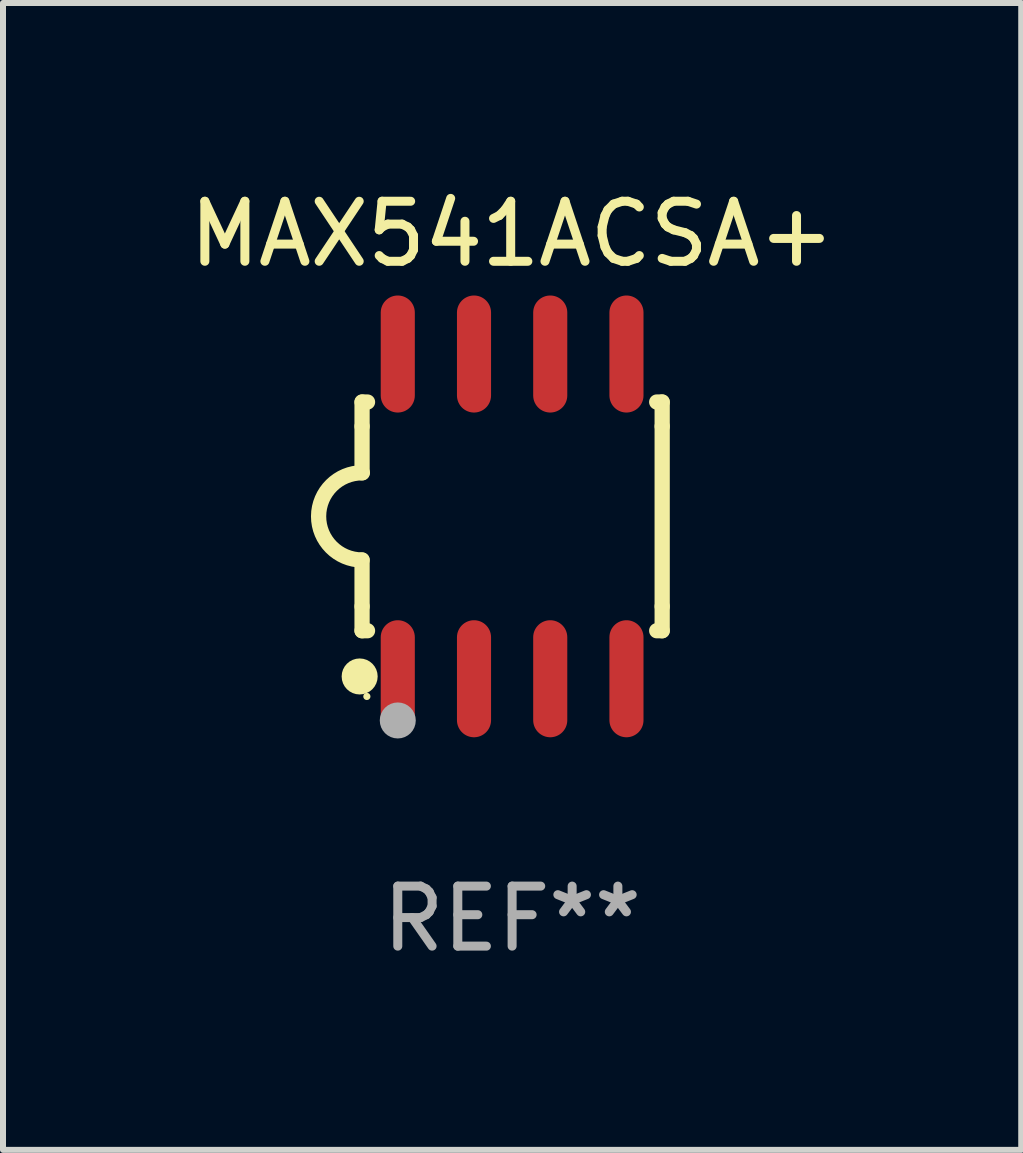
<source format=kicad_pcb>
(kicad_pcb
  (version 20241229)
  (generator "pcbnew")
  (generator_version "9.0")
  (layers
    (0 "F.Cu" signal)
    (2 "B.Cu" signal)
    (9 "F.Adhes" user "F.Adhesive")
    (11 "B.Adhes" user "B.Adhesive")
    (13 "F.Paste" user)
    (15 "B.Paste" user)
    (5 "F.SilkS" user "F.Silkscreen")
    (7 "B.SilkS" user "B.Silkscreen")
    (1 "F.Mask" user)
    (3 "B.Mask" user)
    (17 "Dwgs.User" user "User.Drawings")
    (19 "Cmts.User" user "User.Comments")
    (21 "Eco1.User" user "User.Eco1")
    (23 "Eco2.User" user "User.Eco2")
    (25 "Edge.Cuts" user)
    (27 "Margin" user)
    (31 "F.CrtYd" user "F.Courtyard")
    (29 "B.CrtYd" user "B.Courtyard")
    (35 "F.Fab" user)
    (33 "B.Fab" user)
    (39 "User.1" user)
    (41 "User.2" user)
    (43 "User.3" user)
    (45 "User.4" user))
  (footprint "MAX541ACSA+"
    (layer "F.Cu")
    (at 5.482 5.553)
    (property "Reference" "MAX541ACSA+" (at 0 -4.705 0) (layer "F.SilkS") (effects (font (size 1 1) (thickness 0.15))))
    (attr through_hole)
    (fp_line (start -2.5 -1.905) (end -2.409 -1.905) (stroke (width 0.254) (type solid)) (layer "F.SilkS"))
    (fp_line (start -2.5 -1.5) (end -2.5 -1.905) (stroke (width 0.254) (type solid)) (layer "F.SilkS"))
    (fp_line (start -2.5 -1.5) (end -2.5 -0.726) (stroke (width 0.254) (type solid)) (layer "F.SilkS"))
    (fp_line (start -2.5 1.5) (end -2.5 0.727) (stroke (width 0.254) (type solid)) (layer "F.SilkS"))
    (fp_line (start -2.5 1.5) (end -2.5 1.905) (stroke (width 0.254) (type solid)) (layer "F.SilkS"))
    (fp_line (start -2.5 1.905) (end -2.409 1.905) (stroke (width 0.254) (type solid)) (layer "F.SilkS"))
    (fp_line (start 2.5 -1.905) (end 2.409 -1.905) (stroke (width 0.254) (type solid)) (layer "F.SilkS"))
    (fp_line (start 2.5 -1.5) (end 2.5 -1.905) (stroke (width 0.254) (type solid)) (layer "F.SilkS"))
    (fp_line (start 2.5 -1.5) (end 2.5 1.5) (stroke (width 0.254) (type solid)) (layer "F.SilkS"))
    (fp_line (start 2.5 1.5) (end 2.5 1.905) (stroke (width 0.254) (type solid)) (layer "F.SilkS"))
    (fp_line (start 2.5 1.905) (end 2.409 1.905) (stroke (width 0.254) (type solid)) (layer "F.SilkS"))
    (fp_arc (start -2.5 0.726568) (mid -3.220316 -0.0023) (end -2.495097 -0.726289) (stroke (width 0.254001) (type solid)) (layer "F.SilkS"))
    (fp_circle (center -2.54 2.667) (end -2.39 2.667) (stroke (width 0.3) (type solid)) (fill no) (layer "F.SilkS"))
    (fp_circle (center -2.42 3) (end -2.39 3) (stroke (width 0.06) (type solid)) (fill no) (layer "F.SilkS"))
    (fp_circle (center -1.905 3.4) (end -1.755 3.4) (stroke (width 0.3) (type solid)) (fill no) (layer "F.Fab"))
    (fp_text user "REF**" (at 0 6.705 0) (layer "F.Fab") (effects (font (size 1 1) (thickness 0.15))))
    (pad "1" smd oval (at -1.905 2.705) (size 0.568 1.95) (layers "F.Cu" "F.Mask" "F.Paste"))
    (pad "2" smd oval (at -0.635 2.705) (size 0.568 1.95) (layers "F.Cu" "F.Mask" "F.Paste"))
    (pad "3" smd oval (at 0.635 2.705) (size 0.568 1.95) (layers "F.Cu" "F.Mask" "F.Paste"))
    (pad "4" smd oval (at 1.905 2.705) (size 0.568 1.95) (layers "F.Cu" "F.Mask" "F.Paste"))
    (pad "5" smd oval (at 1.905 -2.705) (size 0.568 1.95) (layers "F.Cu" "F.Mask" "F.Paste"))
    (pad "6" smd oval (at 0.635 -2.705) (size 0.568 1.95) (layers "F.Cu" "F.Mask" "F.Paste"))
    (pad "7" smd oval (at -0.635 -2.705) (size 0.568 1.95) (layers "F.Cu" "F.Mask" "F.Paste"))
    (pad "8" smd oval (at -1.905 -2.705) (size 0.568 1.95) (layers "F.Cu" "F.Mask" "F.Paste")))
  (gr_rect
    (start -3 -3)
    (end 13.964 16.107)
    (stroke (width 0.1) (type default))
    (fill no)
    (layer "Edge.Cuts")))
</source>
